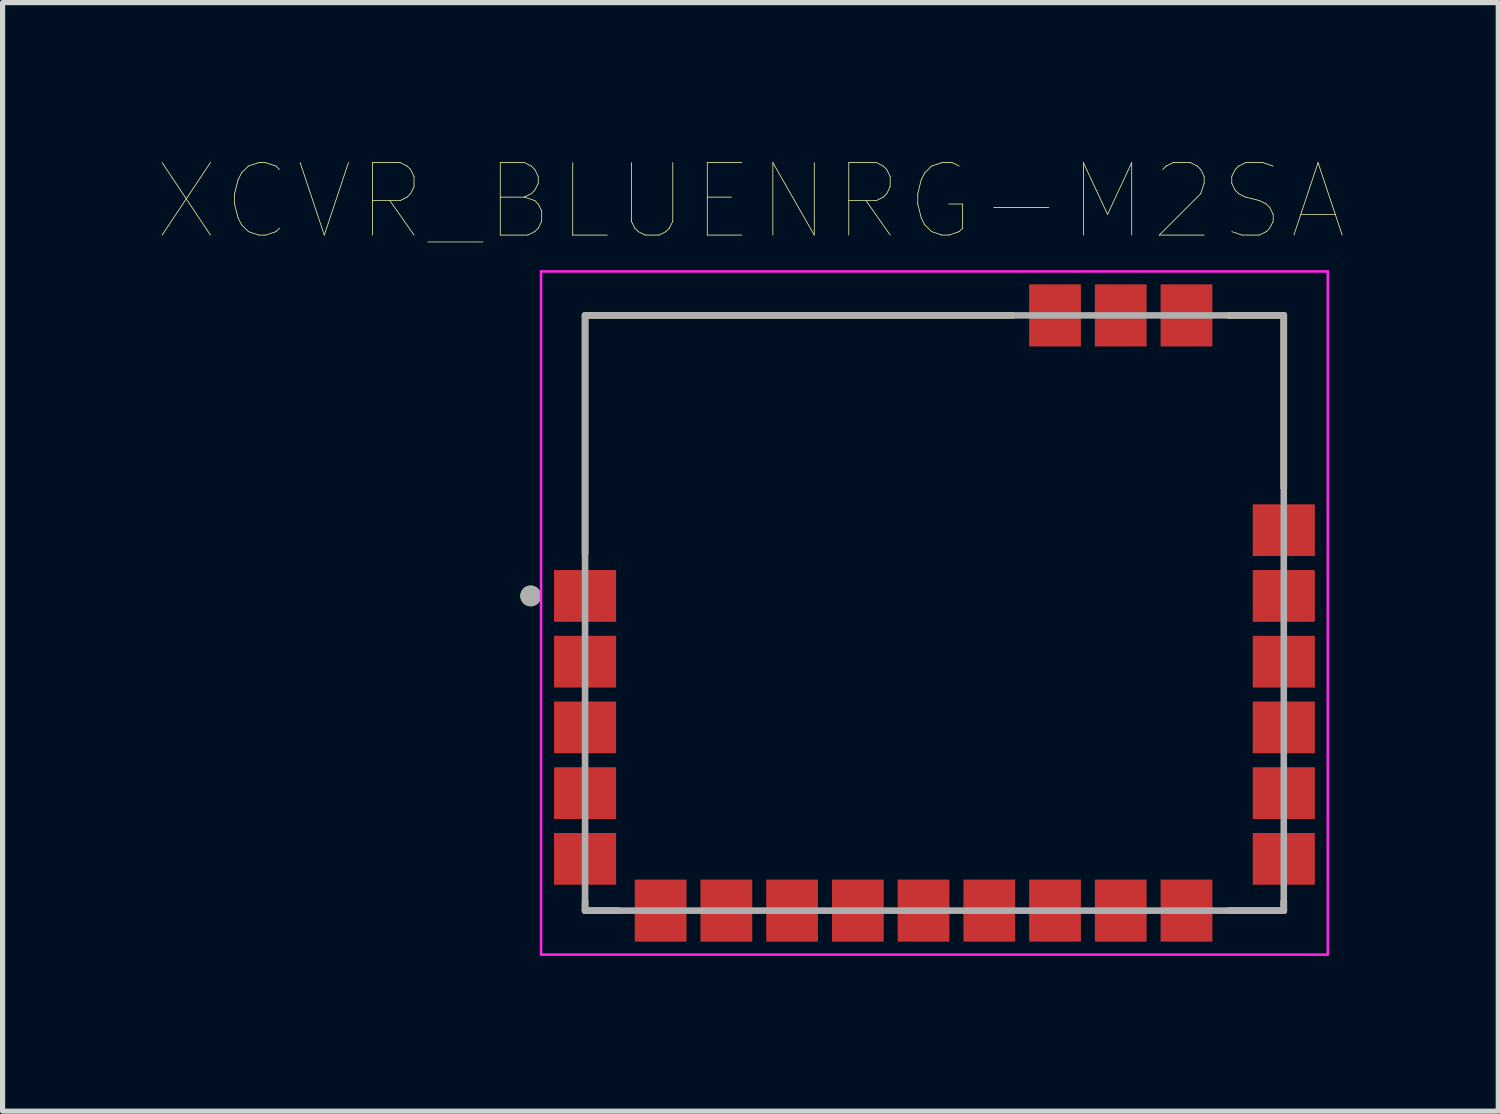
<source format=kicad_pcb>
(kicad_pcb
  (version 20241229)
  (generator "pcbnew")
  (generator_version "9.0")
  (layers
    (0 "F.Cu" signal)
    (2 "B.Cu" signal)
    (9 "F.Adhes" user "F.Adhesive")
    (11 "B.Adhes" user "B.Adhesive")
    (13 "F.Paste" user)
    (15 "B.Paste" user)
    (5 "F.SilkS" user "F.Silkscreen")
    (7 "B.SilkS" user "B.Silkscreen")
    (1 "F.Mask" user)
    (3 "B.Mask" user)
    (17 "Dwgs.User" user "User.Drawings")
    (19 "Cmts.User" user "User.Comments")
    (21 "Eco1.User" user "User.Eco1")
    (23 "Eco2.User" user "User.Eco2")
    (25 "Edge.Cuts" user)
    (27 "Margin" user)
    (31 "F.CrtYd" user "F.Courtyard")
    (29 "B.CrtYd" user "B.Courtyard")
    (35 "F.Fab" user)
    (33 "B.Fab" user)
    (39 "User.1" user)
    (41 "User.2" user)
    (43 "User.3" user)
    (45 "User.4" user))
  (footprint "XCVR_BLUENRG-M2SA"
    (layer "F.Cu")
    (at 19.874 9.734)
    (property "Reference" "XCVR_BLUENRG-M2SA" (at -8.425 -8.889 0) (layer "F.SilkS") (effects (font (size 1.4 1.4) (thickness 0.015))))
    (attr through_hole)
    (fp_line (start -11.62 -6.69) (end -3.36 -6.69) (stroke (width 0.127) (type solid)) (layer "F.SilkS"))
    (fp_line (start -11.62 -2.09) (end -11.62 -6.69) (stroke (width 0.127) (type solid)) (layer "F.SilkS"))
    (fp_line (start -11.62 4.63) (end -11.62 4.81) (stroke (width 0.127) (type solid)) (layer "F.SilkS"))
    (fp_line (start -10.98 4.81) (end -11.62 4.81) (stroke (width 0.127) (type solid)) (layer "F.SilkS"))
    (fp_line (start 0.82 -6.69) (end 1.88 -6.69) (stroke (width 0.127) (type solid)) (layer "F.SilkS"))
    (fp_line (start 1.88 -6.69) (end 1.88 -3.36) (stroke (width 0.127) (type solid)) (layer "F.SilkS"))
    (fp_line (start 1.88 4.63) (end 1.88 4.81) (stroke (width 0.127) (type solid)) (layer "F.SilkS"))
    (fp_line (start 1.88 4.81) (end 0.82 4.81) (stroke (width 0.127) (type solid)) (layer "F.SilkS"))
    (fp_circle (center -12.67 -1.27) (end -12.57 -1.27) (stroke (width 0.2) (type solid)) (fill no) (layer "F.SilkS"))
    (fp_line (start -12.47 -7.54) (end 2.73 -7.54) (stroke (width 0.05) (type solid)) (layer "F.CrtYd"))
    (fp_line (start -12.47 5.66) (end -12.47 -7.54) (stroke (width 0.05) (type solid)) (layer "F.CrtYd"))
    (fp_line (start 2.73 -7.54) (end 2.73 5.66) (stroke (width 0.05) (type solid)) (layer "F.CrtYd"))
    (fp_line (start 2.73 5.66) (end -12.47 5.66) (stroke (width 0.05) (type solid)) (layer "F.CrtYd"))
    (fp_line (start -11.62 -6.69) (end 1.88 -6.69) (stroke (width 0.127) (type solid)) (layer "F.Fab"))
    (fp_line (start -11.62 4.81) (end -11.62 -6.69) (stroke (width 0.127) (type solid)) (layer "F.Fab"))
    (fp_line (start 1.88 -6.69) (end 1.88 4.81) (stroke (width 0.127) (type solid)) (layer "F.Fab"))
    (fp_line (start 1.88 4.81) (end -11.62 4.81) (stroke (width 0.127) (type solid)) (layer "F.Fab"))
    (fp_circle (center -12.67 -1.27) (end -12.57 -1.27) (stroke (width 0.2) (type solid)) (fill no) (layer "F.Fab"))
    (pad "1" smd rect (at -11.62 -1.27) (size 1.2 1) (layers "F.Cu" "F.Mask" "F.Paste"))
    (pad "2" smd rect (at -11.62 0) (size 1.2 1) (layers "F.Cu" "F.Mask" "F.Paste"))
    (pad "3" smd rect (at -11.62 1.27) (size 1.2 1) (layers "F.Cu" "F.Mask" "F.Paste"))
    (pad "4" smd rect (at -11.62 2.54) (size 1.2 1) (layers "F.Cu" "F.Mask" "F.Paste"))
    (pad "5" smd rect (at -11.62 3.81) (size 1.2 1) (layers "F.Cu" "F.Mask" "F.Paste"))
    (pad "6" smd rect (at -10.16 4.81) (size 1 1.2) (layers "F.Cu" "F.Mask" "F.Paste"))
    (pad "7" smd rect (at -8.89 4.81) (size 1 1.2) (layers "F.Cu" "F.Mask" "F.Paste"))
    (pad "8" smd rect (at -7.62 4.81) (size 1 1.2) (layers "F.Cu" "F.Mask" "F.Paste"))
    (pad "9" smd rect (at -6.35 4.81) (size 1 1.2) (layers "F.Cu" "F.Mask" "F.Paste"))
    (pad "10" smd rect (at -5.08 4.81) (size 1 1.2) (layers "F.Cu" "F.Mask" "F.Paste"))
    (pad "11" smd rect (at -3.81 4.81) (size 1 1.2) (layers "F.Cu" "F.Mask" "F.Paste"))
    (pad "12" smd rect (at -2.54 4.81) (size 1 1.2) (layers "F.Cu" "F.Mask" "F.Paste"))
    (pad "13" smd rect (at -1.27 4.81) (size 1 1.2) (layers "F.Cu" "F.Mask" "F.Paste"))
    (pad "14" smd rect (at 0 4.81) (size 1 1.2) (layers "F.Cu" "F.Mask" "F.Paste"))
    (pad "15" smd rect (at 1.88 3.81) (size 1.2 1) (layers "F.Cu" "F.Mask" "F.Paste"))
    (pad "16" smd rect (at 1.88 2.54) (size 1.2 1) (layers "F.Cu" "F.Mask" "F.Paste"))
    (pad "17" smd rect (at 1.88 1.27) (size 1.2 1) (layers "F.Cu" "F.Mask" "F.Paste"))
    (pad "18" smd rect (at 1.88 0) (size 1.2 1) (layers "F.Cu" "F.Mask" "F.Paste"))
    (pad "19" smd rect (at 1.88 -1.27) (size 1.2 1) (layers "F.Cu" "F.Mask" "F.Paste"))
    (pad "20" smd rect (at 1.88 -2.54) (size 1.2 1) (layers "F.Cu" "F.Mask" "F.Paste"))
    (pad "21" smd rect (at 0 -6.69) (size 1 1.2) (layers "F.Cu" "F.Mask" "F.Paste"))
    (pad "22" smd rect (at -1.27 -6.69) (size 1 1.2) (layers "F.Cu" "F.Mask" "F.Paste"))
    (pad "23" smd rect (at -2.54 -6.69) (size 1 1.2) (layers "F.Cu" "F.Mask" "F.Paste")))
  (gr_rect
    (start -3 -3)
    (end 25.898 18.419)
    (stroke (width 0.1) (type default))
    (fill no)
    (layer "Edge.Cuts")))
</source>
